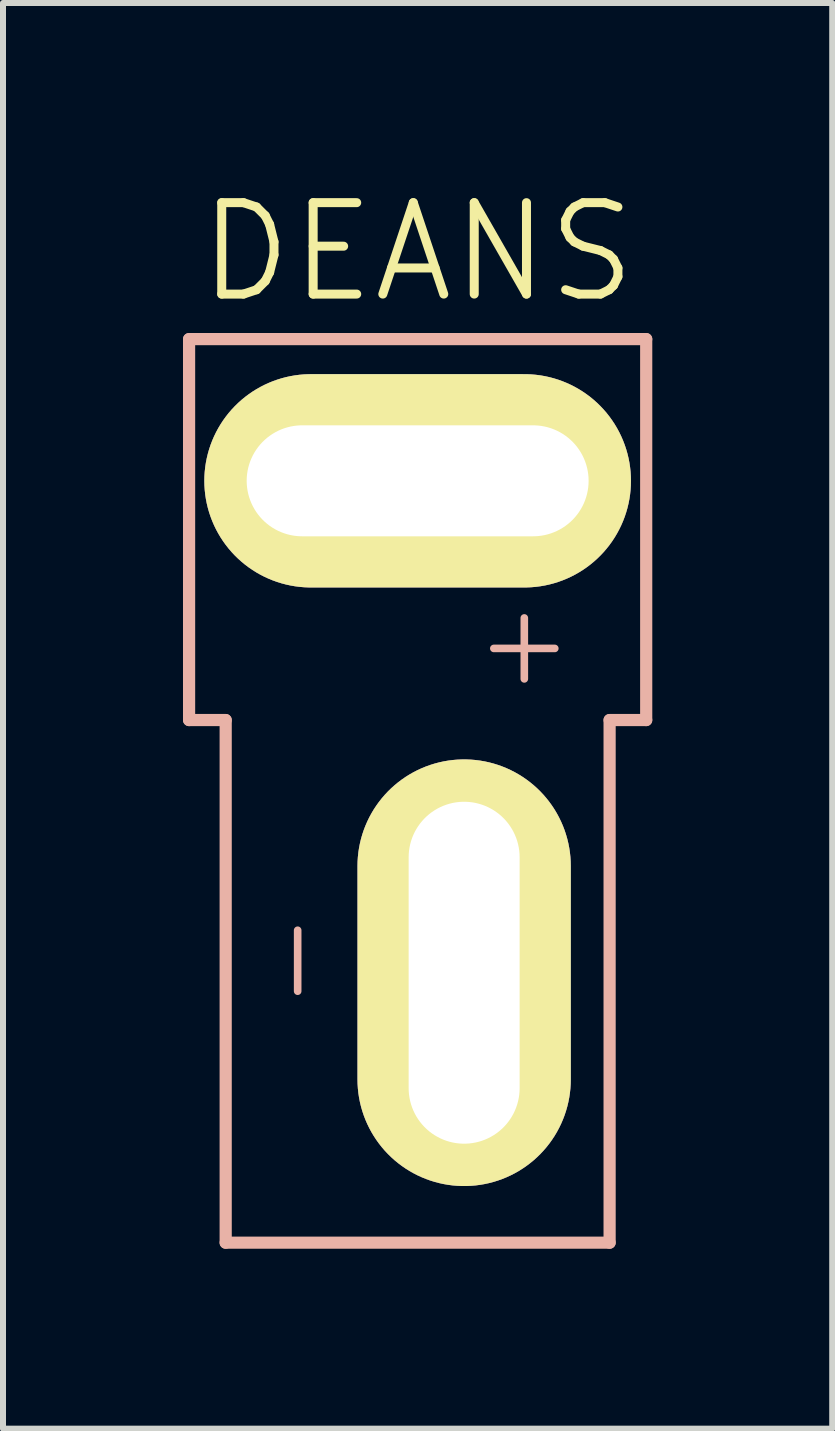
<source format=kicad_pcb>
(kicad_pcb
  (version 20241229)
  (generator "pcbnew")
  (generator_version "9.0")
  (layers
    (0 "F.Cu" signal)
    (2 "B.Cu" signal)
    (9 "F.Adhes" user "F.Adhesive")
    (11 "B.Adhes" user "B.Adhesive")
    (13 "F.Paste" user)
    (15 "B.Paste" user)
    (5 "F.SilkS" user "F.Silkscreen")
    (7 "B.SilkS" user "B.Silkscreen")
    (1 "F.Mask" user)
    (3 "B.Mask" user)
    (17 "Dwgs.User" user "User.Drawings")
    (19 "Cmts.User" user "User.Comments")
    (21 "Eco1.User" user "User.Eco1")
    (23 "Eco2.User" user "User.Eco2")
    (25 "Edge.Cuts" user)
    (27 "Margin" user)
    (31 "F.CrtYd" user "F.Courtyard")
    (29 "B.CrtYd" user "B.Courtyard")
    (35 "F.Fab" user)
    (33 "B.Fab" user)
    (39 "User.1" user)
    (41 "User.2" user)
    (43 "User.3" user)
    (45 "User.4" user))
  (footprint "DEANS"
    (layer "F.Cu")
    (at 3.912 4.965)
    (property "Reference" "DEANS" (at 0 -3.81 0) (layer "F.SilkS") (effects (font (size 1.524 1.524) (thickness 0.15))))
    (attr exclude_from_pos_files exclude_from_bom)
    (fp_line (start -2.845 0.686) (end -2.845 -0.686) (stroke (width 0.127) (type solid)) (layer "F.SilkS"))
    (fp_line (start -2.845 0.686) (end 2.845 0.686) (stroke (width 0.127) (type solid)) (layer "F.SilkS"))
    (fp_line (start 0.089 5.343) (end 0.089 11.032) (stroke (width 0.127) (type solid)) (layer "F.SilkS"))
    (fp_line (start 1.461 5.343) (end 0.089 5.343) (stroke (width 0.127) (type solid)) (layer "F.SilkS"))
    (fp_line (start 1.461 11.032) (end 0.089 11.032) (stroke (width 0.127) (type solid)) (layer "F.SilkS"))
    (fp_line (start 1.461 11.032) (end 1.461 5.343) (stroke (width 0.127) (type solid)) (layer "F.SilkS"))
    (fp_line (start 2.845 -0.686) (end -2.845 -0.686) (stroke (width 0.127) (type solid)) (layer "F.SilkS"))
    (fp_line (start 2.845 0.686) (end 2.845 -0.686) (stroke (width 0.127) (type solid)) (layer "F.SilkS"))
    (fp_line (start -3.81 3.988) (end -3.81 -2.362) (stroke (width 0.203) (type solid)) (layer "B.SilkS"))
    (fp_line (start -3.2 3.988) (end -3.81 3.988) (stroke (width 0.203) (type solid)) (layer "B.SilkS"))
    (fp_line (start -3.2 12.7) (end -3.2 3.988) (stroke (width 0.203) (type solid)) (layer "B.SilkS"))
    (fp_line (start -2 8.508) (end -2 7.492) (stroke (width 0.127) (type solid)) (layer "B.SilkS"))
    (fp_line (start 1.778 2.286) (end 1.778 3.302) (stroke (width 0.127) (type solid)) (layer "B.SilkS"))
    (fp_line (start 2.286 2.794) (end 1.27 2.794) (stroke (width 0.127) (type solid)) (layer "B.SilkS"))
    (fp_line (start 3.2 12.7) (end -3.2 12.7) (stroke (width 0.203) (type solid)) (layer "B.SilkS"))
    (fp_line (start 3.2 12.7) (end 3.2 3.988) (stroke (width 0.203) (type solid)) (layer "B.SilkS"))
    (fp_line (start 3.81 -2.362) (end -3.81 -2.362) (stroke (width 0.203) (type solid)) (layer "B.SilkS"))
    (fp_line (start 3.81 3.988) (end 3.2 3.988) (stroke (width 0.203) (type solid)) (layer "B.SilkS"))
    (fp_line (start 3.81 3.988) (end 3.81 -2.362) (stroke (width 0.203) (type solid)) (layer "B.SilkS"))
    (pad "1" thru_hole oval (at 0 0 270) (size 3.556 7.112) (drill oval 1.85 5.7) (layers "*.Cu" "F.Mask" "F.SilkS" "F.Paste"))
    (pad "2" thru_hole oval (at 0.775 8.2 180) (size 3.556 7.112) (drill oval 1.85 5.7) (layers "*.Cu" "F.Mask" "F.SilkS" "F.Paste")))
  (gr_rect
    (start -3 -3)
    (end 10.823 20.766)
    (stroke (width 0.1) (type default))
    (fill no)
    (layer "Edge.Cuts")))
</source>
